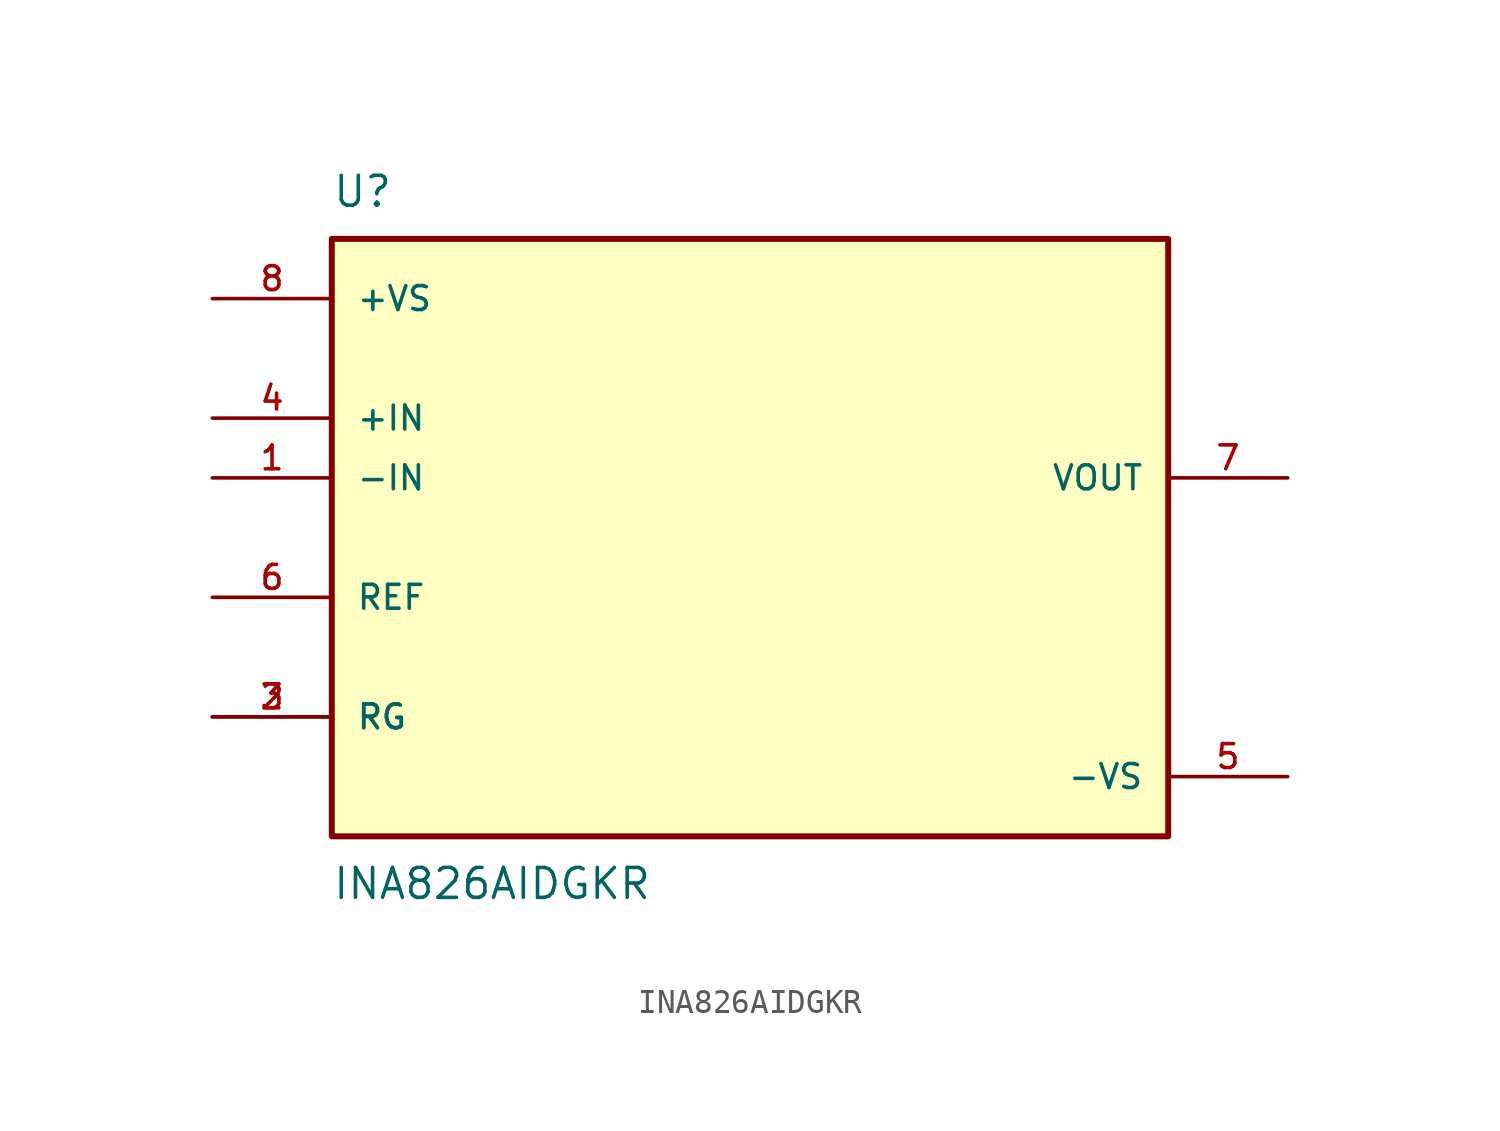
<source format=kicad_sym>
(kicad_symbol_lib
  (version 20211014)
  (generator kicad_symbol_editor)
  (symbol "INA826AIDGKR"
    (pin_names
      (offset 1.016))
    (property "Reference" "U"
      (at -17.78 13.97 0)
      (effects (font (size 1.27 1.27)) (justify bottom left)))
    (property "Value" "INA826AIDGKR"
      (at -17.78 -13.97 0)
      (effects (font (size 1.27 1.27)) (justify top left)))
    (symbol "INA826AIDGKR_0_0"
      (rectangle (start -17.78 -12.7) (end 17.78 12.7) (stroke (width 0.254)) (fill (type background)))
      (pin input line (at -22.86 2.54 0) (length 5.08) (name "-IN" (effects (font (size 1.016 1.016)))) (number "1" (effects (font (size 1.016 1.016)))))
      (pin output line (at 22.86 2.54 180.0) (length 5.08) (name "VOUT" (effects (font (size 1.016 1.016)))) (number "7" (effects (font (size 1.016 1.016)))))
      (pin input line (at -22.86 -2.54 0) (length 5.08) (name "REF" (effects (font (size 1.016 1.016)))) (number "6" (effects (font (size 1.016 1.016)))))
      (pin input line (at -22.86 5.08 0) (length 5.08) (name "+IN" (effects (font (size 1.016 1.016)))) (number "4" (effects (font (size 1.016 1.016)))))
      (pin bidirectional line (at -22.86 -7.62 0) (length 5.08) (name "RG" (effects (font (size 1.016 1.016)))) (number "2" (effects (font (size 1.016 1.016)))))
      (pin bidirectional line (at -22.86 -7.62 0) (length 5.08) (name "RG" (effects (font (size 1.016 1.016)))) (number "3" (effects (font (size 1.016 1.016)))))
      (pin power_in line (at -22.86 10.16 0) (length 5.08) (name "+VS" (effects (font (size 1.016 1.016)))) (number "8" (effects (font (size 1.016 1.016)))))
      (pin power_in line (at 22.86 -10.16 180.0) (length 5.08) (name "-VS" (effects (font (size 1.016 1.016)))) (number "5" (effects (font (size 1.016 1.016))))))))
</source>
